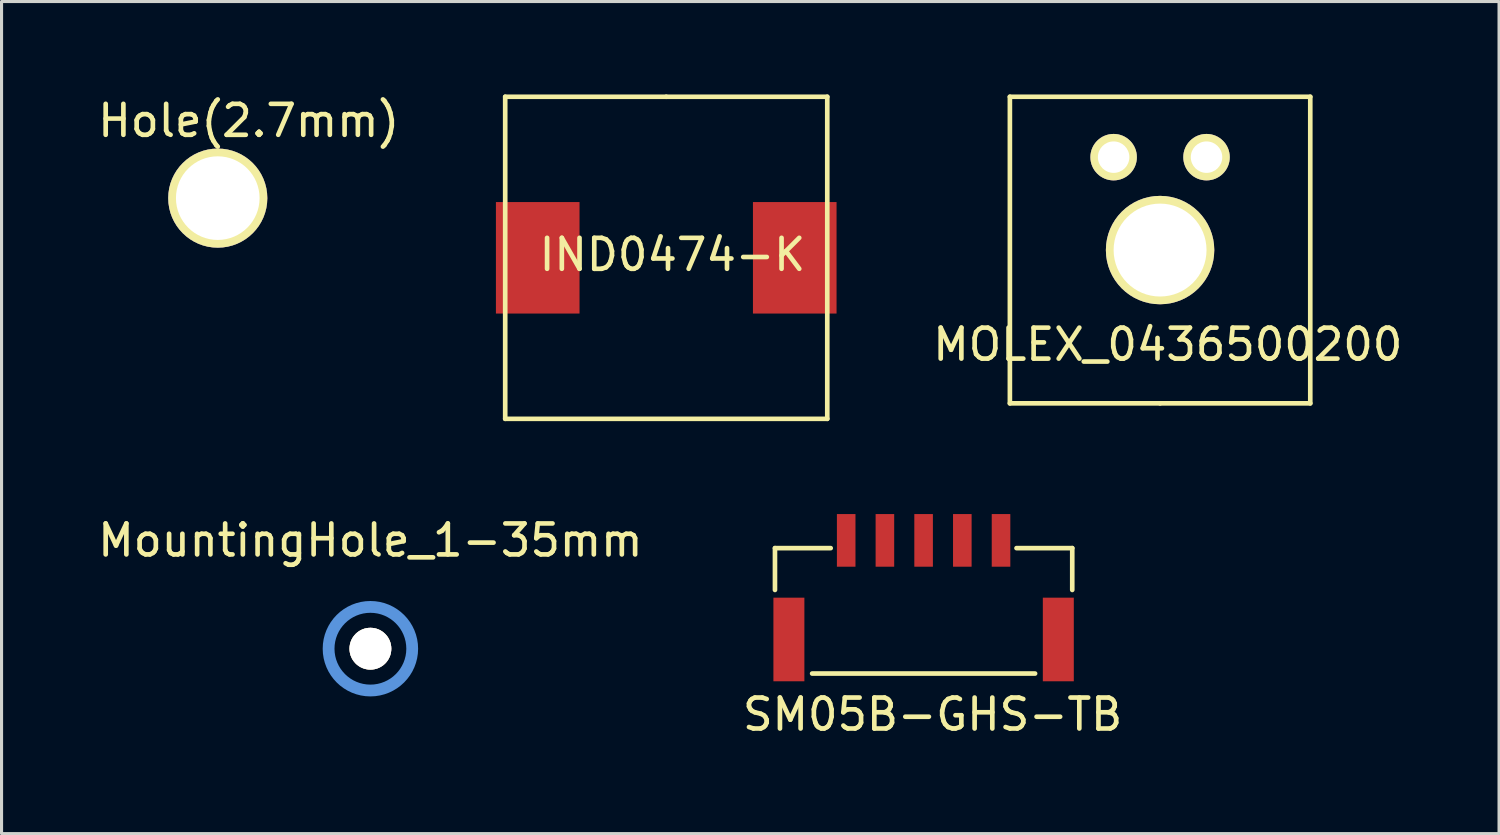
<source format=kicad_pcb>
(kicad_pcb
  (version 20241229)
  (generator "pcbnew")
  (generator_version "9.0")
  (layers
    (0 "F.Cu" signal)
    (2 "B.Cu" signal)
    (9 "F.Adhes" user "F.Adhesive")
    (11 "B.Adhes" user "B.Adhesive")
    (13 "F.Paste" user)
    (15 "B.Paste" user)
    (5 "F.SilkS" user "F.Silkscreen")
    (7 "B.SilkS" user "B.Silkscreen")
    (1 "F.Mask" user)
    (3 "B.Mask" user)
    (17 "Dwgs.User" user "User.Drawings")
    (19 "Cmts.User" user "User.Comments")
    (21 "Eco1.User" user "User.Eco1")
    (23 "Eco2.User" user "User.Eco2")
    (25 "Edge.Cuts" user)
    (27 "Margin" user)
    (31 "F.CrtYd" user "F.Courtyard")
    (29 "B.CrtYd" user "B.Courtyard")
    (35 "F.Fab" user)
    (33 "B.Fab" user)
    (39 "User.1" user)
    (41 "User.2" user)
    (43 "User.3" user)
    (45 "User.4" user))
  (footprint "Hole(2.7mm)"
    (layer "F.Cu")
    (at 3.982 3.348)
    (property "Reference" "Hole(2.7mm)" (at 1 -2.5 0) (layer "F.SilkS") (effects (font (size 1 1) (thickness 0.15))))
    (attr through_hole)
    (pad "1" thru_hole circle (at 0 0) (size 3.2 3.2) (drill 2.7) (layers "*.Cu" "*.Mask" "F.SilkS")))
  (footprint "MountingHole_1-35mm"
    (layer "F.Cu")
    (at 8.911 17.898)
    (property "Reference" "MountingHole_1-35mm" (at 0 -3.5 0) (layer "F.SilkS") (effects (font (size 1 1) (thickness 0.15))))
    (attr through_hole)
    (fp_circle (center 0 0) (end 1.35 0) (stroke (width 0.381) (type solid)) (fill no) (layer "Cmts.User"))
    (pad "" thru_hole circle (at 0 0) (size 1.35 1.35) (drill 1.35) (layers "*.Cu" "*.Mask" "F.SilkS")))
  (footprint "MOLEX_0436500200"
    (layer "F.Cu")
    (at 34.411 5.025)
    (property "Reference" "MOLEX_0436500200" (at 0.25 3.05 0) (layer "F.SilkS") (effects (font (size 1 1) (thickness 0.15))))
    (attr through_hole)
    (fp_line (start -4.85 -4.95) (end -4.85 4.95) (stroke (width 0.15) (type solid)) (layer "F.SilkS"))
    (fp_line (start -4.85 4.95) (end 0 4.95) (stroke (width 0.15) (type solid)) (layer "F.SilkS"))
    (fp_line (start 0 4.95) (end 4.85 4.95) (stroke (width 0.15) (type solid)) (layer "F.SilkS"))
    (fp_line (start 4.85 -4.95) (end -4.85 -4.95) (stroke (width 0.15) (type solid)) (layer "F.SilkS"))
    (fp_line (start 4.85 4.95) (end 4.85 -4.95) (stroke (width 0.15) (type solid)) (layer "F.SilkS"))
    (pad "" thru_hole circle (at 0 0) (size 3.5 3.5) (drill 3) (layers "*.Cu" "*.Mask" "F.SilkS"))
    (pad "1" thru_hole circle (at 1.5 -3) (size 1.5 1.5) (drill 1.016) (layers "*.Cu" "*.Mask" "F.SilkS"))
    (pad "2" thru_hole circle (at -1.5 -3) (size 1.5 1.5) (drill 1.016) (layers "*.Cu" "*.Mask" "F.SilkS")))
  (footprint "IND0474-K"
    (layer "F.Cu")
    (at 18.464 5.275)
    (property "Reference" "IND0474-K" (at 0.2 -0.1 0) (layer "F.SilkS") (effects (font (size 1 1) (thickness 0.15))))
    (attr through_hole)
    (fp_line (start -5.2 -5.2) (end 0 -5.2) (stroke (width 0.15) (type solid)) (layer "F.SilkS"))
    (fp_line (start -5.2 5.2) (end -5.2 -5.2) (stroke (width 0.15) (type solid)) (layer "F.SilkS"))
    (fp_line (start 0 -5.2) (end 5.2 -5.2) (stroke (width 0.15) (type solid)) (layer "F.SilkS"))
    (fp_line (start 5.2 -5.2) (end 5.2 5.2) (stroke (width 0.15) (type solid)) (layer "F.SilkS"))
    (fp_line (start 5.2 5.2) (end -5.2 5.2) (stroke (width 0.15) (type solid)) (layer "F.SilkS"))
    (pad "1" smd rect (at -4.15 0) (size 2.7 3.6) (layers "F.Cu" "F.Mask" "F.Paste"))
    (pad "2" smd rect (at 4.15 0) (size 2.7 3.6) (layers "F.Cu" "F.Mask" "F.Paste")))
  (footprint "SM05B-GHS-TB"
    (layer "F.Cu")
    (at 26.775 14.4)
    (property "Reference" "SM05B-GHS-TB" (at 0.29 5.62 0) (layer "F.SilkS") (effects (font (size 1 1) (thickness 0.15))))
    (attr smd)
    (fp_line (start -4.8 0.25) (end -4.8 1.6) (stroke (width 0.15) (type solid)) (layer "F.SilkS"))
    (fp_line (start -3.6 4.3) (end 3.6 4.3) (stroke (width 0.15) (type solid)) (layer "F.SilkS"))
    (fp_line (start -3 0.25) (end -4.8 0.25) (stroke (width 0.15) (type solid)) (layer "F.SilkS"))
    (fp_line (start 3 0.25) (end 4.8 0.25) (stroke (width 0.15) (type solid)) (layer "F.SilkS"))
    (fp_line (start 4.8 0.25) (end 4.8 1.6) (stroke (width 0.15) (type solid)) (layer "F.SilkS"))
    (pad "1" smd rect (at -2.5 0) (size 0.6 1.7) (layers "F.Cu" "F.Mask" "F.Paste"))
    (pad "2" smd rect (at -1.25 0) (size 0.6 1.7) (layers "F.Cu" "F.Mask" "F.Paste"))
    (pad "3" smd rect (at 0 0) (size 0.6 1.7) (layers "F.Cu" "F.Mask" "F.Paste"))
    (pad "4" smd rect (at 1.25 0) (size 0.6 1.7) (layers "F.Cu" "F.Mask" "F.Paste"))
    (pad "5" smd rect (at 2.5 0) (size 0.6 1.7) (layers "F.Cu" "F.Mask" "F.Paste"))
    (pad "6" smd rect (at -4.35 3.2) (size 1 2.7) (layers "F.Cu" "F.Mask" "F.Paste"))
    (pad "7" smd rect (at 4.35 3.2) (size 1 2.7) (layers "F.Cu" "F.Mask" "F.Paste")))
  (gr_rect
    (start -3 -3)
    (end 45.357 23.868)
    (stroke (width 0.1) (type default))
    (fill no)
    (layer "Edge.Cuts")))
</source>
